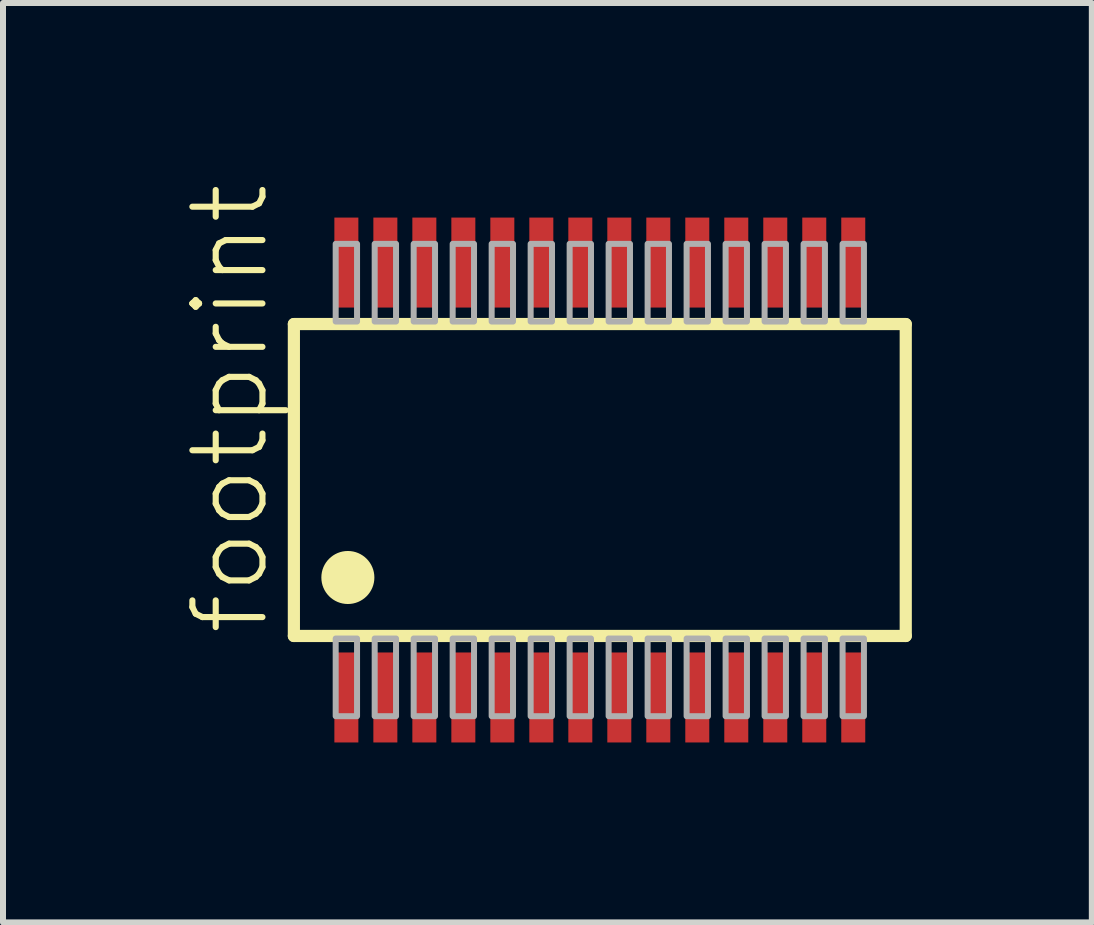
<source format=kicad_pcb>
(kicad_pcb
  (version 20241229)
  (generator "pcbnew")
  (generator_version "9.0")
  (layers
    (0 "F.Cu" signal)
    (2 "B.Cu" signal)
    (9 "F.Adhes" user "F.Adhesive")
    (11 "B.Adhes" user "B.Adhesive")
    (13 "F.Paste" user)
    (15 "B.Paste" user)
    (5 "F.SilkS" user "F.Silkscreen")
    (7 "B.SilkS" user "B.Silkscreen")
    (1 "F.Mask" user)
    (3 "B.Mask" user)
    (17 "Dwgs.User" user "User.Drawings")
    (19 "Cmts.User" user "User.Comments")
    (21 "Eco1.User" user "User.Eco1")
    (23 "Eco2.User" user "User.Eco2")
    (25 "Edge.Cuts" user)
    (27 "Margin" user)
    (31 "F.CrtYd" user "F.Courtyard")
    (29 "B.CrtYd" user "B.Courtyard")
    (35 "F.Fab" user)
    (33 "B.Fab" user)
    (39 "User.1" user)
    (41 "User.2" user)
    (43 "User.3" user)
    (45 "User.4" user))
  (footprint "footprint"
    (layer "F.Cu")
    (at 6.949 4.952)
    (property "Reference" "footprint" (at -5.476 2.63 90) (layer "F.SilkS") (effects (font (size 1.168 1.168) (thickness 0.102)) (justify left bottom)))
    (fp_line (start -5.1 -2.6) (end -5.1 2.6) (stroke (width 0.203) (type solid)) (layer "F.SilkS"))
    (fp_line (start -5.1 2.6) (end 5.1 2.6) (stroke (width 0.203) (type solid)) (layer "F.SilkS"))
    (fp_line (start 5.1 -2.6) (end -5.1 -2.6) (stroke (width 0.203) (type solid)) (layer "F.SilkS"))
    (fp_line (start 5.1 2.6) (end 5.1 -2.6) (stroke (width 0.203) (type solid)) (layer "F.SilkS"))
    (fp_circle (center -4.2 1.625) (end -3.979 1.625) (stroke (width 0.442) (type solid)) (fill yes) (layer "F.SilkS"))
    (fp_poly (pts (xy -4.403 -2.642) (xy -4.047 -2.642) (xy -4.047 -3.937) (xy -4.403 -3.937)) (stroke (width 0.1) (type solid)) (fill no) (layer "F.Fab"))
    (fp_poly (pts (xy -4.403 3.937) (xy -4.047 3.937) (xy -4.047 2.642) (xy -4.403 2.642)) (stroke (width 0.1) (type solid)) (fill no) (layer "F.Fab"))
    (fp_poly (pts (xy -3.753 -2.642) (xy -3.397 -2.642) (xy -3.397 -3.937) (xy -3.753 -3.937)) (stroke (width 0.1) (type solid)) (fill no) (layer "F.Fab"))
    (fp_poly (pts (xy -3.753 3.937) (xy -3.397 3.937) (xy -3.397 2.642) (xy -3.753 2.642)) (stroke (width 0.1) (type solid)) (fill no) (layer "F.Fab"))
    (fp_poly (pts (xy -3.103 -2.642) (xy -2.747 -2.642) (xy -2.747 -3.937) (xy -3.103 -3.937)) (stroke (width 0.1) (type solid)) (fill no) (layer "F.Fab"))
    (fp_poly (pts (xy -3.103 3.937) (xy -2.747 3.937) (xy -2.747 2.642) (xy -3.103 2.642)) (stroke (width 0.1) (type solid)) (fill no) (layer "F.Fab"))
    (fp_poly (pts (xy -2.453 -2.642) (xy -2.097 -2.642) (xy -2.097 -3.937) (xy -2.453 -3.937)) (stroke (width 0.1) (type solid)) (fill no) (layer "F.Fab"))
    (fp_poly (pts (xy -2.453 3.937) (xy -2.097 3.937) (xy -2.097 2.642) (xy -2.453 2.642)) (stroke (width 0.1) (type solid)) (fill no) (layer "F.Fab"))
    (fp_poly (pts (xy -1.803 -2.642) (xy -1.447 -2.642) (xy -1.447 -3.937) (xy -1.803 -3.937)) (stroke (width 0.1) (type solid)) (fill no) (layer "F.Fab"))
    (fp_poly (pts (xy -1.803 3.937) (xy -1.447 3.937) (xy -1.447 2.642) (xy -1.803 2.642)) (stroke (width 0.1) (type solid)) (fill no) (layer "F.Fab"))
    (fp_poly (pts (xy -1.153 -2.642) (xy -0.797 -2.642) (xy -0.797 -3.937) (xy -1.153 -3.937)) (stroke (width 0.1) (type solid)) (fill no) (layer "F.Fab"))
    (fp_poly (pts (xy -1.153 3.937) (xy -0.797 3.937) (xy -0.797 2.642) (xy -1.153 2.642)) (stroke (width 0.1) (type solid)) (fill no) (layer "F.Fab"))
    (fp_poly (pts (xy -0.503 -2.642) (xy -0.147 -2.642) (xy -0.147 -3.937) (xy -0.503 -3.937)) (stroke (width 0.1) (type solid)) (fill no) (layer "F.Fab"))
    (fp_poly (pts (xy -0.503 3.937) (xy -0.147 3.937) (xy -0.147 2.642) (xy -0.503 2.642)) (stroke (width 0.1) (type solid)) (fill no) (layer "F.Fab"))
    (fp_poly (pts (xy 0.147 -2.642) (xy 0.503 -2.642) (xy 0.503 -3.937) (xy 0.147 -3.937)) (stroke (width 0.1) (type solid)) (fill no) (layer "F.Fab"))
    (fp_poly (pts (xy 0.147 3.937) (xy 0.503 3.937) (xy 0.503 2.642) (xy 0.147 2.642)) (stroke (width 0.1) (type solid)) (fill no) (layer "F.Fab"))
    (fp_poly (pts (xy 0.797 -2.642) (xy 1.153 -2.642) (xy 1.153 -3.937) (xy 0.797 -3.937)) (stroke (width 0.1) (type solid)) (fill no) (layer "F.Fab"))
    (fp_poly (pts (xy 0.797 3.937) (xy 1.153 3.937) (xy 1.153 2.642) (xy 0.797 2.642)) (stroke (width 0.1) (type solid)) (fill no) (layer "F.Fab"))
    (fp_poly (pts (xy 1.447 -2.642) (xy 1.803 -2.642) (xy 1.803 -3.937) (xy 1.447 -3.937)) (stroke (width 0.1) (type solid)) (fill no) (layer "F.Fab"))
    (fp_poly (pts (xy 1.447 3.937) (xy 1.803 3.937) (xy 1.803 2.642) (xy 1.447 2.642)) (stroke (width 0.1) (type solid)) (fill no) (layer "F.Fab"))
    (fp_poly (pts (xy 2.097 -2.642) (xy 2.453 -2.642) (xy 2.453 -3.937) (xy 2.097 -3.937)) (stroke (width 0.1) (type solid)) (fill no) (layer "F.Fab"))
    (fp_poly (pts (xy 2.097 3.937) (xy 2.453 3.937) (xy 2.453 2.642) (xy 2.097 2.642)) (stroke (width 0.1) (type solid)) (fill no) (layer "F.Fab"))
    (fp_poly (pts (xy 2.747 -2.642) (xy 3.103 -2.642) (xy 3.103 -3.937) (xy 2.747 -3.937)) (stroke (width 0.1) (type solid)) (fill no) (layer "F.Fab"))
    (fp_poly (pts (xy 2.747 3.937) (xy 3.103 3.937) (xy 3.103 2.642) (xy 2.747 2.642)) (stroke (width 0.1) (type solid)) (fill no) (layer "F.Fab"))
    (fp_poly (pts (xy 3.397 -2.642) (xy 3.753 -2.642) (xy 3.753 -3.937) (xy 3.397 -3.937)) (stroke (width 0.1) (type solid)) (fill no) (layer "F.Fab"))
    (fp_poly (pts (xy 3.397 3.937) (xy 3.753 3.937) (xy 3.753 2.642) (xy 3.397 2.642)) (stroke (width 0.1) (type solid)) (fill no) (layer "F.Fab"))
    (fp_poly (pts (xy 4.047 -2.642) (xy 4.403 -2.642) (xy 4.403 -3.937) (xy 4.047 -3.937)) (stroke (width 0.1) (type solid)) (fill no) (layer "F.Fab"))
    (fp_poly (pts (xy 4.047 3.937) (xy 4.403 3.937) (xy 4.403 2.642) (xy 4.047 2.642)) (stroke (width 0.1) (type solid)) (fill no) (layer "F.Fab"))
    (pad "1" smd rect (at -4.225 3.625) (size 0.4 1.5) (layers "F.Cu" "F.Mask" "F.Paste"))
    (pad "2" smd rect (at -3.575 3.625) (size 0.4 1.5) (layers "F.Cu" "F.Mask" "F.Paste"))
    (pad "3" smd rect (at -2.925 3.625) (size 0.4 1.5) (layers "F.Cu" "F.Mask" "F.Paste"))
    (pad "4" smd rect (at -2.275 3.625) (size 0.4 1.5) (layers "F.Cu" "F.Mask" "F.Paste"))
    (pad "5" smd rect (at -1.625 3.625) (size 0.4 1.5) (layers "F.Cu" "F.Mask" "F.Paste"))
    (pad "6" smd rect (at -0.975 3.625) (size 0.4 1.5) (layers "F.Cu" "F.Mask" "F.Paste"))
    (pad "7" smd rect (at -0.325 3.625) (size 0.4 1.5) (layers "F.Cu" "F.Mask" "F.Paste"))
    (pad "8" smd rect (at 0.325 3.625) (size 0.4 1.5) (layers "F.Cu" "F.Mask" "F.Paste"))
    (pad "9" smd rect (at 0.975 3.625) (size 0.4 1.5) (layers "F.Cu" "F.Mask" "F.Paste"))
    (pad "10" smd rect (at 1.625 3.625) (size 0.4 1.5) (layers "F.Cu" "F.Mask" "F.Paste"))
    (pad "11" smd rect (at 2.275 3.625) (size 0.4 1.5) (layers "F.Cu" "F.Mask" "F.Paste"))
    (pad "12" smd rect (at 2.925 3.625) (size 0.4 1.5) (layers "F.Cu" "F.Mask" "F.Paste"))
    (pad "13" smd rect (at 3.575 3.625) (size 0.4 1.5) (layers "F.Cu" "F.Mask" "F.Paste"))
    (pad "14" smd rect (at 4.225 3.625) (size 0.4 1.5) (layers "F.Cu" "F.Mask" "F.Paste"))
    (pad "15" smd rect (at 4.225 -3.625) (size 0.4 1.5) (layers "F.Cu" "F.Mask" "F.Paste"))
    (pad "16" smd rect (at 3.575 -3.625) (size 0.4 1.5) (layers "F.Cu" "F.Mask" "F.Paste"))
    (pad "17" smd rect (at 2.925 -3.625) (size 0.4 1.5) (layers "F.Cu" "F.Mask" "F.Paste"))
    (pad "18" smd rect (at 2.275 -3.625) (size 0.4 1.5) (layers "F.Cu" "F.Mask" "F.Paste"))
    (pad "19" smd rect (at 1.625 -3.625) (size 0.4 1.5) (layers "F.Cu" "F.Mask" "F.Paste"))
    (pad "20" smd rect (at 0.975 -3.625) (size 0.4 1.5) (layers "F.Cu" "F.Mask" "F.Paste"))
    (pad "21" smd rect (at 0.325 -3.625) (size 0.4 1.5) (layers "F.Cu" "F.Mask" "F.Paste"))
    (pad "22" smd rect (at -0.325 -3.625) (size 0.4 1.5) (layers "F.Cu" "F.Mask" "F.Paste"))
    (pad "23" smd rect (at -0.975 -3.625) (size 0.4 1.5) (layers "F.Cu" "F.Mask" "F.Paste"))
    (pad "24" smd rect (at -1.625 -3.625) (size 0.4 1.5) (layers "F.Cu" "F.Mask" "F.Paste"))
    (pad "25" smd rect (at -2.275 -3.625) (size 0.4 1.5) (layers "F.Cu" "F.Mask" "F.Paste"))
    (pad "26" smd rect (at -2.925 -3.625) (size 0.4 1.5) (layers "F.Cu" "F.Mask" "F.Paste"))
    (pad "27" smd rect (at -3.575 -3.625) (size 0.4 1.5) (layers "F.Cu" "F.Mask" "F.Paste"))
    (pad "28" smd rect (at -4.225 -3.625) (size 0.4 1.5) (layers "F.Cu" "F.Mask" "F.Paste")))
  (gr_rect
    (start -3 -3)
    (end 15.151 12.327)
    (stroke (width 0.1) (type default))
    (fill no)
    (layer "Edge.Cuts")))
</source>
